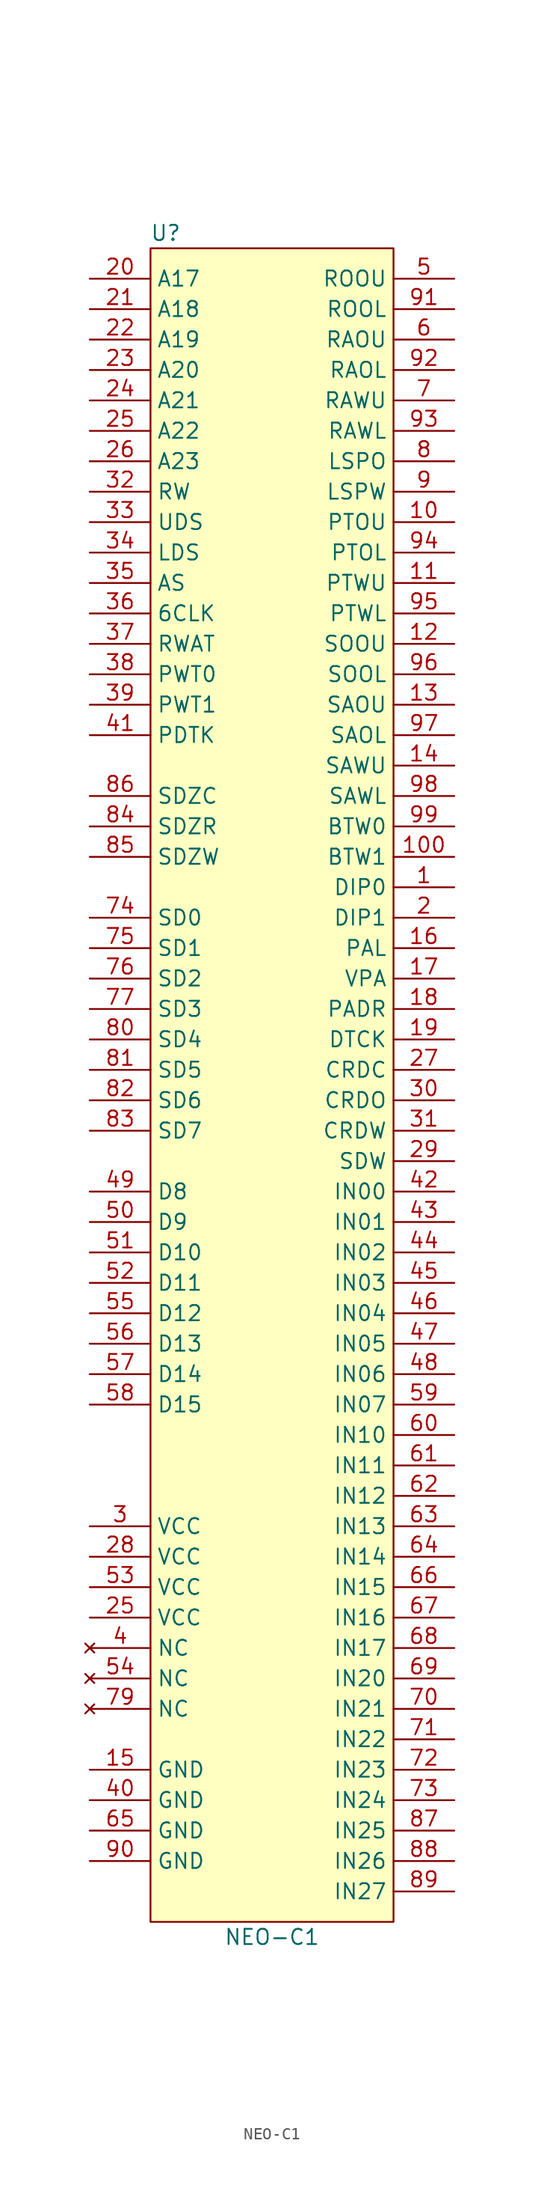
<source format=kicad_sym>
(kicad_symbol_lib
  (version 20211014)
  (generator kicad_symbol_editor)
  (symbol "NEO-C1"
    (property "Reference" "U"
      (at -8.89 59.69 0)
      (effects (font (size 1.27 1.27))))
    (property "Value" "NEO-C1"
      (at 0 -82.55 0)
      (effects (font (size 1.27 1.27))))
    (symbol "NEO-C1_1_1"
      (rectangle (start -10.16 58.42) (end 10.16 -81.28) (stroke (width 0) (type default) (color 0 0 0 0)) (fill (type background)))
      (pin bidirectional line (at 15.24 5.08 180) (length 5.08) (name "DIP0" (effects (font (size 1.27 1.27)))) (number "1" (effects (font (size 1.27 1.27)))))
      (pin bidirectional line (at 15.24 35.56 180) (length 5.08) (name "PTOU" (effects (font (size 1.27 1.27)))) (number "10" (effects (font (size 1.27 1.27)))))
      (pin bidirectional line (at 15.24 7.62 180) (length 5.08) (name "BTW1" (effects (font (size 1.27 1.27)))) (number "100" (effects (font (size 1.27 1.27)))))
      (pin bidirectional line (at 15.24 30.48 180) (length 5.08) (name "PTWU" (effects (font (size 1.27 1.27)))) (number "11" (effects (font (size 1.27 1.27)))))
      (pin bidirectional line (at 15.24 25.4 180) (length 5.08) (name "SOOU" (effects (font (size 1.27 1.27)))) (number "12" (effects (font (size 1.27 1.27)))))
      (pin bidirectional line (at 15.24 20.32 180) (length 5.08) (name "SAOU" (effects (font (size 1.27 1.27)))) (number "13" (effects (font (size 1.27 1.27)))))
      (pin bidirectional line (at 15.24 15.24 180) (length 5.08) (name "SAWU" (effects (font (size 1.27 1.27)))) (number "14" (effects (font (size 1.27 1.27)))))
      (pin power_in line (at -15.24 -68.58 0) (length 5.08) (name "GND" (effects (font (size 1.27 1.27)))) (number "15" (effects (font (size 1.27 1.27)))))
      (pin bidirectional line (at 15.24 0 180) (length 5.08) (name "PAL" (effects (font (size 1.27 1.27)))) (number "16" (effects (font (size 1.27 1.27)))))
      (pin bidirectional line (at 15.24 -2.54 180) (length 5.08) (name "VPA" (effects (font (size 1.27 1.27)))) (number "17" (effects (font (size 1.27 1.27)))))
      (pin bidirectional line (at 15.24 -5.08 180) (length 5.08) (name "PADR" (effects (font (size 1.27 1.27)))) (number "18" (effects (font (size 1.27 1.27)))))
      (pin bidirectional line (at 15.24 -7.62 180) (length 5.08) (name "DTCK" (effects (font (size 1.27 1.27)))) (number "19" (effects (font (size 1.27 1.27)))))
      (pin bidirectional line (at 15.24 2.54 180) (length 5.08) (name "DIP1" (effects (font (size 1.27 1.27)))) (number "2" (effects (font (size 1.27 1.27)))))
      (pin bidirectional line (at -15.24 55.88 0) (length 5.08) (name "A17" (effects (font (size 1.27 1.27)))) (number "20" (effects (font (size 1.27 1.27)))))
      (pin bidirectional line (at -15.24 53.34 0) (length 5.08) (name "A18" (effects (font (size 1.27 1.27)))) (number "21" (effects (font (size 1.27 1.27)))))
      (pin bidirectional line (at -15.24 50.8 0) (length 5.08) (name "A19" (effects (font (size 1.27 1.27)))) (number "22" (effects (font (size 1.27 1.27)))))
      (pin bidirectional line (at -15.24 48.26 0) (length 5.08) (name "A20" (effects (font (size 1.27 1.27)))) (number "23" (effects (font (size 1.27 1.27)))))
      (pin bidirectional line (at -15.24 45.72 0) (length 5.08) (name "A21" (effects (font (size 1.27 1.27)))) (number "24" (effects (font (size 1.27 1.27)))))
      (pin bidirectional line (at -15.24 43.18 0) (length 5.08) (name "A22" (effects (font (size 1.27 1.27)))) (number "25" (effects (font (size 1.27 1.27)))))
      (pin power_in line (at -15.24 -55.88 0) (length 5.08) (name "VCC" (effects (font (size 1.27 1.27)))) (number "25" (effects (font (size 1.27 1.27)))))
      (pin bidirectional line (at -15.24 40.64 0) (length 5.08) (name "A23" (effects (font (size 1.27 1.27)))) (number "26" (effects (font (size 1.27 1.27)))))
      (pin bidirectional line (at 15.24 -10.16 180) (length 5.08) (name "CRDC" (effects (font (size 1.27 1.27)))) (number "27" (effects (font (size 1.27 1.27)))))
      (pin power_in line (at -15.24 -50.8 0) (length 5.08) (name "VCC" (effects (font (size 1.27 1.27)))) (number "28" (effects (font (size 1.27 1.27)))))
      (pin bidirectional line (at 15.24 -17.78 180) (length 5.08) (name "SDW" (effects (font (size 1.27 1.27)))) (number "29" (effects (font (size 1.27 1.27)))))
      (pin power_in line (at -15.24 -48.26 0) (length 5.08) (name "VCC" (effects (font (size 1.27 1.27)))) (number "3" (effects (font (size 1.27 1.27)))))
      (pin bidirectional line (at 15.24 -12.7 180) (length 5.08) (name "CRDO" (effects (font (size 1.27 1.27)))) (number "30" (effects (font (size 1.27 1.27)))))
      (pin bidirectional line (at 15.24 -15.24 180) (length 5.08) (name "CRDW" (effects (font (size 1.27 1.27)))) (number "31" (effects (font (size 1.27 1.27)))))
      (pin bidirectional line (at -15.24 38.1 0) (length 5.08) (name "RW" (effects (font (size 1.27 1.27)))) (number "32" (effects (font (size 1.27 1.27)))))
      (pin bidirectional line (at -15.24 35.56 0) (length 5.08) (name "UDS" (effects (font (size 1.27 1.27)))) (number "33" (effects (font (size 1.27 1.27)))))
      (pin bidirectional line (at -15.24 33.02 0) (length 5.08) (name "LDS" (effects (font (size 1.27 1.27)))) (number "34" (effects (font (size 1.27 1.27)))))
      (pin bidirectional line (at -15.24 30.48 0) (length 5.08) (name "AS" (effects (font (size 1.27 1.27)))) (number "35" (effects (font (size 1.27 1.27)))))
      (pin bidirectional line (at -15.24 27.94 0) (length 5.08) (name "6CLK" (effects (font (size 1.27 1.27)))) (number "36" (effects (font (size 1.27 1.27)))))
      (pin bidirectional line (at -15.24 25.4 0) (length 5.08) (name "RWAT" (effects (font (size 1.27 1.27)))) (number "37" (effects (font (size 1.27 1.27)))))
      (pin bidirectional line (at -15.24 22.86 0) (length 5.08) (name "PWT0" (effects (font (size 1.27 1.27)))) (number "38" (effects (font (size 1.27 1.27)))))
      (pin bidirectional line (at -15.24 20.32 0) (length 5.08) (name "PWT1" (effects (font (size 1.27 1.27)))) (number "39" (effects (font (size 1.27 1.27)))))
      (pin no_connect line (at -15.24 -58.42 0) (length 5.08) (name "NC" (effects (font (size 1.27 1.27)))) (number "4" (effects (font (size 1.27 1.27)))))
      (pin power_in line (at -15.24 -71.12 0) (length 5.08) (name "GND" (effects (font (size 1.27 1.27)))) (number "40" (effects (font (size 1.27 1.27)))))
      (pin bidirectional line (at -15.24 17.78 0) (length 5.08) (name "PDTK" (effects (font (size 1.27 1.27)))) (number "41" (effects (font (size 1.27 1.27)))))
      (pin bidirectional line (at 15.24 -20.32 180) (length 5.08) (name "IN00" (effects (font (size 1.27 1.27)))) (number "42" (effects (font (size 1.27 1.27)))))
      (pin bidirectional line (at 15.24 -22.86 180) (length 5.08) (name "IN01" (effects (font (size 1.27 1.27)))) (number "43" (effects (font (size 1.27 1.27)))))
      (pin bidirectional line (at 15.24 -25.4 180) (length 5.08) (name "IN02" (effects (font (size 1.27 1.27)))) (number "44" (effects (font (size 1.27 1.27)))))
      (pin bidirectional line (at 15.24 -27.94 180) (length 5.08) (name "IN03" (effects (font (size 1.27 1.27)))) (number "45" (effects (font (size 1.27 1.27)))))
      (pin bidirectional line (at 15.24 -30.48 180) (length 5.08) (name "IN04" (effects (font (size 1.27 1.27)))) (number "46" (effects (font (size 1.27 1.27)))))
      (pin bidirectional line (at 15.24 -33.02 180) (length 5.08) (name "IN05" (effects (font (size 1.27 1.27)))) (number "47" (effects (font (size 1.27 1.27)))))
      (pin bidirectional line (at 15.24 -35.56 180) (length 5.08) (name "IN06" (effects (font (size 1.27 1.27)))) (number "48" (effects (font (size 1.27 1.27)))))
      (pin bidirectional line (at -15.24 -20.32 0) (length 5.08) (name "D8" (effects (font (size 1.27 1.27)))) (number "49" (effects (font (size 1.27 1.27)))))
      (pin bidirectional line (at 15.24 55.88 180) (length 5.08) (name "ROOU" (effects (font (size 1.27 1.27)))) (number "5" (effects (font (size 1.27 1.27)))))
      (pin bidirectional line (at -15.24 -22.86 0) (length 5.08) (name "D9" (effects (font (size 1.27 1.27)))) (number "50" (effects (font (size 1.27 1.27)))))
      (pin bidirectional line (at -15.24 -25.4 0) (length 5.08) (name "D10" (effects (font (size 1.27 1.27)))) (number "51" (effects (font (size 1.27 1.27)))))
      (pin bidirectional line (at -15.24 -27.94 0) (length 5.08) (name "D11" (effects (font (size 1.27 1.27)))) (number "52" (effects (font (size 1.27 1.27)))))
      (pin power_in line (at -15.24 -53.34 0) (length 5.08) (name "VCC" (effects (font (size 1.27 1.27)))) (number "53" (effects (font (size 1.27 1.27)))))
      (pin no_connect line (at -15.24 -60.96 0) (length 5.08) (name "NC" (effects (font (size 1.27 1.27)))) (number "54" (effects (font (size 1.27 1.27)))))
      (pin bidirectional line (at -15.24 -30.48 0) (length 5.08) (name "D12" (effects (font (size 1.27 1.27)))) (number "55" (effects (font (size 1.27 1.27)))))
      (pin bidirectional line (at -15.24 -33.02 0) (length 5.08) (name "D13" (effects (font (size 1.27 1.27)))) (number "56" (effects (font (size 1.27 1.27)))))
      (pin bidirectional line (at -15.24 -35.56 0) (length 5.08) (name "D14" (effects (font (size 1.27 1.27)))) (number "57" (effects (font (size 1.27 1.27)))))
      (pin bidirectional line (at -15.24 -38.1 0) (length 5.08) (name "D15" (effects (font (size 1.27 1.27)))) (number "58" (effects (font (size 1.27 1.27)))))
      (pin bidirectional line (at 15.24 -38.1 180) (length 5.08) (name "IN07" (effects (font (size 1.27 1.27)))) (number "59" (effects (font (size 1.27 1.27)))))
      (pin bidirectional line (at 15.24 50.8 180) (length 5.08) (name "RAOU" (effects (font (size 1.27 1.27)))) (number "6" (effects (font (size 1.27 1.27)))))
      (pin bidirectional line (at 15.24 -40.64 180) (length 5.08) (name "IN10" (effects (font (size 1.27 1.27)))) (number "60" (effects (font (size 1.27 1.27)))))
      (pin bidirectional line (at 15.24 -43.18 180) (length 5.08) (name "IN11" (effects (font (size 1.27 1.27)))) (number "61" (effects (font (size 1.27 1.27)))))
      (pin bidirectional line (at 15.24 -45.72 180) (length 5.08) (name "IN12" (effects (font (size 1.27 1.27)))) (number "62" (effects (font (size 1.27 1.27)))))
      (pin bidirectional line (at 15.24 -48.26 180) (length 5.08) (name "IN13" (effects (font (size 1.27 1.27)))) (number "63" (effects (font (size 1.27 1.27)))))
      (pin bidirectional line (at 15.24 -50.8 180) (length 5.08) (name "IN14" (effects (font (size 1.27 1.27)))) (number "64" (effects (font (size 1.27 1.27)))))
      (pin power_in line (at -15.24 -73.66 0) (length 5.08) (name "GND" (effects (font (size 1.27 1.27)))) (number "65" (effects (font (size 1.27 1.27)))))
      (pin bidirectional line (at 15.24 -53.34 180) (length 5.08) (name "IN15" (effects (font (size 1.27 1.27)))) (number "66" (effects (font (size 1.27 1.27)))))
      (pin bidirectional line (at 15.24 -55.88 180) (length 5.08) (name "IN16" (effects (font (size 1.27 1.27)))) (number "67" (effects (font (size 1.27 1.27)))))
      (pin bidirectional line (at 15.24 -58.42 180) (length 5.08) (name "IN17" (effects (font (size 1.27 1.27)))) (number "68" (effects (font (size 1.27 1.27)))))
      (pin bidirectional line (at 15.24 -60.96 180) (length 5.08) (name "IN20" (effects (font (size 1.27 1.27)))) (number "69" (effects (font (size 1.27 1.27)))))
      (pin bidirectional line (at 15.24 45.72 180) (length 5.08) (name "RAWU" (effects (font (size 1.27 1.27)))) (number "7" (effects (font (size 1.27 1.27)))))
      (pin bidirectional line (at 15.24 -63.5 180) (length 5.08) (name "IN21" (effects (font (size 1.27 1.27)))) (number "70" (effects (font (size 1.27 1.27)))))
      (pin bidirectional line (at 15.24 -66.04 180) (length 5.08) (name "IN22" (effects (font (size 1.27 1.27)))) (number "71" (effects (font (size 1.27 1.27)))))
      (pin bidirectional line (at 15.24 -68.58 180) (length 5.08) (name "IN23" (effects (font (size 1.27 1.27)))) (number "72" (effects (font (size 1.27 1.27)))))
      (pin bidirectional line (at 15.24 -71.12 180) (length 5.08) (name "IN24" (effects (font (size 1.27 1.27)))) (number "73" (effects (font (size 1.27 1.27)))))
      (pin bidirectional line (at -15.24 2.54 0) (length 5.08) (name "SD0" (effects (font (size 1.27 1.27)))) (number "74" (effects (font (size 1.27 1.27)))))
      (pin bidirectional line (at -15.24 0 0) (length 5.08) (name "SD1" (effects (font (size 1.27 1.27)))) (number "75" (effects (font (size 1.27 1.27)))))
      (pin bidirectional line (at -15.24 -2.54 0) (length 5.08) (name "SD2" (effects (font (size 1.27 1.27)))) (number "76" (effects (font (size 1.27 1.27)))))
      (pin bidirectional line (at -15.24 -5.08 0) (length 5.08) (name "SD3" (effects (font (size 1.27 1.27)))) (number "77" (effects (font (size 1.27 1.27)))))
      (pin no_connect line (at -15.24 -63.5 0) (length 5.08) (name "NC" (effects (font (size 1.27 1.27)))) (number "79" (effects (font (size 1.27 1.27)))))
      (pin bidirectional line (at 15.24 40.64 180) (length 5.08) (name "LSPO" (effects (font (size 1.27 1.27)))) (number "8" (effects (font (size 1.27 1.27)))))
      (pin bidirectional line (at -15.24 -7.62 0) (length 5.08) (name "SD4" (effects (font (size 1.27 1.27)))) (number "80" (effects (font (size 1.27 1.27)))))
      (pin bidirectional line (at -15.24 -10.16 0) (length 5.08) (name "SD5" (effects (font (size 1.27 1.27)))) (number "81" (effects (font (size 1.27 1.27)))))
      (pin bidirectional line (at -15.24 -12.7 0) (length 5.08) (name "SD6" (effects (font (size 1.27 1.27)))) (number "82" (effects (font (size 1.27 1.27)))))
      (pin bidirectional line (at -15.24 -15.24 0) (length 5.08) (name "SD7" (effects (font (size 1.27 1.27)))) (number "83" (effects (font (size 1.27 1.27)))))
      (pin bidirectional line (at -15.24 10.16 0) (length 5.08) (name "SDZR" (effects (font (size 1.27 1.27)))) (number "84" (effects (font (size 1.27 1.27)))))
      (pin bidirectional line (at -15.24 7.62 0) (length 5.08) (name "SDZW" (effects (font (size 1.27 1.27)))) (number "85" (effects (font (size 1.27 1.27)))))
      (pin bidirectional line (at -15.24 12.7 0) (length 5.08) (name "SDZC" (effects (font (size 1.27 1.27)))) (number "86" (effects (font (size 1.27 1.27)))))
      (pin bidirectional line (at 15.24 -73.66 180) (length 5.08) (name "IN25" (effects (font (size 1.27 1.27)))) (number "87" (effects (font (size 1.27 1.27)))))
      (pin bidirectional line (at 15.24 -76.2 180) (length 5.08) (name "IN26" (effects (font (size 1.27 1.27)))) (number "88" (effects (font (size 1.27 1.27)))))
      (pin passive line (at 15.24 -78.74 180) (length 5.08) (name "IN27" (effects (font (size 1.27 1.27)))) (number "89" (effects (font (size 1.27 1.27)))))
      (pin bidirectional line (at 15.24 38.1 180) (length 5.08) (name "LSPW" (effects (font (size 1.27 1.27)))) (number "9" (effects (font (size 1.27 1.27)))))
      (pin power_in line (at -15.24 -76.2 0) (length 5.08) (name "GND" (effects (font (size 1.27 1.27)))) (number "90" (effects (font (size 1.27 1.27)))))
      (pin bidirectional line (at 15.24 53.34 180) (length 5.08) (name "ROOL" (effects (font (size 1.27 1.27)))) (number "91" (effects (font (size 1.27 1.27)))))
      (pin bidirectional line (at 15.24 48.26 180) (length 5.08) (name "RAOL" (effects (font (size 1.27 1.27)))) (number "92" (effects (font (size 1.27 1.27)))))
      (pin bidirectional line (at 15.24 43.18 180) (length 5.08) (name "RAWL" (effects (font (size 1.27 1.27)))) (number "93" (effects (font (size 1.27 1.27)))))
      (pin bidirectional line (at 15.24 33.02 180) (length 5.08) (name "PTOL" (effects (font (size 1.27 1.27)))) (number "94" (effects (font (size 1.27 1.27)))))
      (pin bidirectional line (at 15.24 27.94 180) (length 5.08) (name "PTWL" (effects (font (size 1.27 1.27)))) (number "95" (effects (font (size 1.27 1.27)))))
      (pin bidirectional line (at 15.24 22.86 180) (length 5.08) (name "SOOL" (effects (font (size 1.27 1.27)))) (number "96" (effects (font (size 1.27 1.27)))))
      (pin bidirectional line (at 15.24 17.78 180) (length 5.08) (name "SAOL" (effects (font (size 1.27 1.27)))) (number "97" (effects (font (size 1.27 1.27)))))
      (pin bidirectional line (at 15.24 12.7 180) (length 5.08) (name "SAWL" (effects (font (size 1.27 1.27)))) (number "98" (effects (font (size 1.27 1.27)))))
      (pin bidirectional line (at 15.24 10.16 180) (length 5.08) (name "BTW0" (effects (font (size 1.27 1.27)))) (number "99" (effects (font (size 1.27 1.27))))))))
</source>
